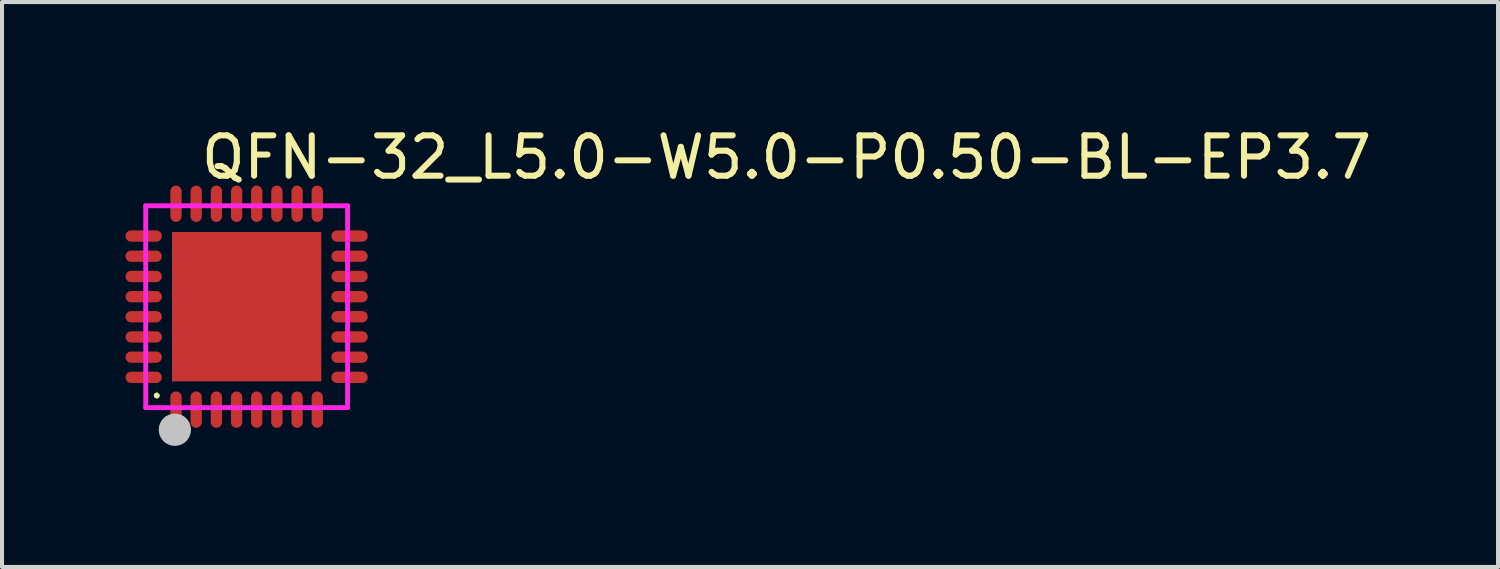
<source format=kicad_pcb>
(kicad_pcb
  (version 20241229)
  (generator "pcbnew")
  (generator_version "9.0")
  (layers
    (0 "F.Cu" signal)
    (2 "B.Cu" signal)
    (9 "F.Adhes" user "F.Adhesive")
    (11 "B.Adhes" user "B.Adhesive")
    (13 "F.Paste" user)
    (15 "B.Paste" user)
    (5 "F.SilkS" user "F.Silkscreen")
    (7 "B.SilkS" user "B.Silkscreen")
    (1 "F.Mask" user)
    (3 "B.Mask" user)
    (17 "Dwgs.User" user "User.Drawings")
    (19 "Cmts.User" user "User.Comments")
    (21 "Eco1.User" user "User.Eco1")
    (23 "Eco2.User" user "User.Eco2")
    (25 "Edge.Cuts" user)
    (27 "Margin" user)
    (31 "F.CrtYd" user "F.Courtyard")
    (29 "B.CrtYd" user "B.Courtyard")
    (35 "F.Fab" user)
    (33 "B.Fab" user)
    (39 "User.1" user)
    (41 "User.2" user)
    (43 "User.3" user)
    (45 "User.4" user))
  (footprint "QFN-32_L5.0-W5.0-P0.50-BL-EP3.7"
    (layer "F.Cu")
    (at 3.06 4.548)
    (property "Reference" "QFN-32_L5.0-W5.0-P0.50-BL-EP3.7" (at -1.2 -3.7 0) (layer "F.SilkS") (effects (font (size 1 1) (thickness 0.15)) (justify left)))
    (attr through_hole)
    (fp_arc (start -2.2 2.2) (mid -2.243354 2.21789) (end -2.225495 2.174523) (stroke (width 0.1) (type solid)) (layer "F.SilkS"))
    (fp_poly (pts (xy -1.5 -1.5) (xy 1.5 -1.5) (xy 1.5 1.5) (xy -1.5 1.5)) (stroke (width 0.12) (type solid)) (fill yes) (layer "F.Paste"))
    (fp_poly (pts (xy -2.86 -1.61) (xy -2.888 -1.613) (xy -2.914 -1.621) (xy -2.938 -1.634) (xy -2.959 -1.651) (xy -2.977 -1.672) (xy -2.99 -1.697) (xy -2.998 -1.723) (xy -3 -1.75) (xy -2.998 -1.777) (xy -2.99 -1.804) (xy -2.977 -1.828) (xy -2.959 -1.849) (xy -2.938 -1.867) (xy -2.914 -1.879) (xy -2.888 -1.887) (xy -2.86 -1.89) (xy -2.24 -1.89) (xy -2.213 -1.887) (xy -2.187 -1.879) (xy -2.162 -1.867) (xy -2.141 -1.849) (xy -2.124 -1.828) (xy -2.111 -1.804) (xy -2.103 -1.777) (xy -2.1 -1.75) (xy -2.103 -1.723) (xy -2.111 -1.697) (xy -2.124 -1.672) (xy -2.141 -1.651) (xy -2.162 -1.634) (xy -2.187 -1.621) (xy -2.213 -1.613) (xy -2.24 -1.61)) (stroke (width 0.12) (type solid)) (fill yes) (layer "F.Paste"))
    (fp_poly (pts (xy -2.86 -1.11) (xy -2.888 -1.112) (xy -2.914 -1.12) (xy -2.938 -1.133) (xy -2.959 -1.151) (xy -2.977 -1.172) (xy -2.99 -1.196) (xy -2.998 -1.222) (xy -3 -1.25) (xy -2.998 -1.277) (xy -2.99 -1.303) (xy -2.977 -1.328) (xy -2.959 -1.349) (xy -2.938 -1.366) (xy -2.914 -1.379) (xy -2.888 -1.387) (xy -2.86 -1.39) (xy -2.24 -1.39) (xy -2.213 -1.387) (xy -2.187 -1.379) (xy -2.162 -1.366) (xy -2.141 -1.349) (xy -2.124 -1.328) (xy -2.111 -1.303) (xy -2.103 -1.277) (xy -2.1 -1.25) (xy -2.103 -1.222) (xy -2.111 -1.196) (xy -2.124 -1.172) (xy -2.141 -1.151) (xy -2.162 -1.133) (xy -2.187 -1.12) (xy -2.213 -1.112) (xy -2.24 -1.11)) (stroke (width 0.12) (type solid)) (fill yes) (layer "F.Paste"))
    (fp_poly (pts (xy -2.86 -0.609) (xy -2.888 -0.612) (xy -2.914 -0.62) (xy -2.938 -0.633) (xy -2.959 -0.65) (xy -2.977 -0.672) (xy -2.99 -0.696) (xy -2.998 -0.722) (xy -3 -0.749) (xy -2.998 -0.777) (xy -2.99 -0.803) (xy -2.977 -0.827) (xy -2.959 -0.848) (xy -2.938 -0.866) (xy -2.914 -0.879) (xy -2.888 -0.887) (xy -2.86 -0.889) (xy -2.24 -0.889) (xy -2.213 -0.887) (xy -2.187 -0.879) (xy -2.162 -0.866) (xy -2.141 -0.848) (xy -2.124 -0.827) (xy -2.111 -0.803) (xy -2.103 -0.777) (xy -2.1 -0.749) (xy -2.103 -0.722) (xy -2.111 -0.696) (xy -2.124 -0.672) (xy -2.141 -0.65) (xy -2.162 -0.633) (xy -2.187 -0.62) (xy -2.213 -0.612) (xy -2.24 -0.609)) (stroke (width 0.12) (type solid)) (fill yes) (layer "F.Paste"))
    (fp_poly (pts (xy -2.86 -0.109) (xy -2.888 -0.112) (xy -2.914 -0.12) (xy -2.938 -0.133) (xy -2.959 -0.15) (xy -2.977 -0.171) (xy -2.99 -0.195) (xy -2.998 -0.222) (xy -3 -0.249) (xy -2.998 -0.276) (xy -2.99 -0.303) (xy -2.977 -0.327) (xy -2.959 -0.348) (xy -2.938 -0.365) (xy -2.914 -0.378) (xy -2.888 -0.386) (xy -2.86 -0.389) (xy -2.24 -0.389) (xy -2.213 -0.386) (xy -2.187 -0.378) (xy -2.162 -0.365) (xy -2.141 -0.348) (xy -2.124 -0.327) (xy -2.111 -0.303) (xy -2.103 -0.276) (xy -2.1 -0.249) (xy -2.103 -0.222) (xy -2.111 -0.195) (xy -2.124 -0.171) (xy -2.141 -0.15) (xy -2.162 -0.133) (xy -2.187 -0.12) (xy -2.213 -0.112) (xy -2.24 -0.109)) (stroke (width 0.12) (type solid)) (fill yes) (layer "F.Paste"))
    (fp_poly (pts (xy -2.86 0.389) (xy -2.888 0.386) (xy -2.914 0.378) (xy -2.938 0.365) (xy -2.959 0.348) (xy -2.977 0.327) (xy -2.99 0.302) (xy -2.998 0.276) (xy -3 0.249) (xy -2.998 0.222) (xy -2.99 0.195) (xy -2.977 0.171) (xy -2.959 0.15) (xy -2.938 0.132) (xy -2.914 0.119) (xy -2.888 0.112) (xy -2.86 0.109) (xy -2.24 0.109) (xy -2.213 0.112) (xy -2.187 0.119) (xy -2.162 0.132) (xy -2.141 0.15) (xy -2.124 0.171) (xy -2.111 0.195) (xy -2.103 0.222) (xy -2.1 0.249) (xy -2.103 0.276) (xy -2.111 0.302) (xy -2.124 0.327) (xy -2.141 0.348) (xy -2.162 0.365) (xy -2.187 0.378) (xy -2.213 0.386) (xy -2.24 0.389)) (stroke (width 0.12) (type solid)) (fill yes) (layer "F.Paste"))
    (fp_poly (pts (xy -2.86 0.889) (xy -2.888 0.887) (xy -2.914 0.879) (xy -2.938 0.866) (xy -2.959 0.848) (xy -2.977 0.827) (xy -2.99 0.803) (xy -2.998 0.777) (xy -3 0.749) (xy -2.998 0.722) (xy -2.99 0.696) (xy -2.977 0.671) (xy -2.959 0.65) (xy -2.938 0.633) (xy -2.914 0.62) (xy -2.888 0.612) (xy -2.86 0.609) (xy -2.24 0.609) (xy -2.213 0.612) (xy -2.187 0.62) (xy -2.162 0.633) (xy -2.141 0.65) (xy -2.124 0.671) (xy -2.111 0.696) (xy -2.103 0.722) (xy -2.1 0.749) (xy -2.103 0.777) (xy -2.111 0.803) (xy -2.124 0.827) (xy -2.141 0.848) (xy -2.162 0.866) (xy -2.187 0.879) (xy -2.213 0.887) (xy -2.24 0.889)) (stroke (width 0.12) (type solid)) (fill yes) (layer "F.Paste"))
    (fp_poly (pts (xy -2.86 1.39) (xy -2.888 1.387) (xy -2.914 1.379) (xy -2.938 1.366) (xy -2.959 1.349) (xy -2.977 1.327) (xy -2.99 1.303) (xy -2.998 1.277) (xy -3 1.25) (xy -2.998 1.222) (xy -2.99 1.196) (xy -2.977 1.172) (xy -2.959 1.151) (xy -2.938 1.133) (xy -2.914 1.12) (xy -2.888 1.112) (xy -2.86 1.11) (xy -2.24 1.11) (xy -2.213 1.112) (xy -2.187 1.12) (xy -2.162 1.133) (xy -2.141 1.151) (xy -2.124 1.172) (xy -2.111 1.196) (xy -2.103 1.222) (xy -2.1 1.25) (xy -2.103 1.277) (xy -2.111 1.303) (xy -2.124 1.327) (xy -2.141 1.349) (xy -2.162 1.366) (xy -2.187 1.379) (xy -2.213 1.387) (xy -2.24 1.39)) (stroke (width 0.12) (type solid)) (fill yes) (layer "F.Paste"))
    (fp_poly (pts (xy -2.86 1.89) (xy -2.888 1.887) (xy -2.914 1.879) (xy -2.938 1.866) (xy -2.959 1.849) (xy -2.977 1.828) (xy -2.99 1.804) (xy -2.998 1.777) (xy -3 1.75) (xy -2.998 1.723) (xy -2.99 1.696) (xy -2.977 1.672) (xy -2.959 1.651) (xy -2.938 1.634) (xy -2.914 1.621) (xy -2.888 1.613) (xy -2.86 1.61) (xy -2.24 1.61) (xy -2.213 1.613) (xy -2.187 1.621) (xy -2.162 1.634) (xy -2.141 1.651) (xy -2.124 1.672) (xy -2.111 1.696) (xy -2.103 1.723) (xy -2.1 1.75) (xy -2.103 1.777) (xy -2.111 1.804) (xy -2.124 1.828) (xy -2.141 1.849) (xy -2.162 1.866) (xy -2.187 1.879) (xy -2.213 1.887) (xy -2.24 1.89)) (stroke (width 0.12) (type solid)) (fill yes) (layer "F.Paste"))
    (fp_poly (pts (xy -1.89 -2.86) (xy -1.887 -2.888) (xy -1.88 -2.914) (xy -1.867 -2.938) (xy -1.849 -2.959) (xy -1.828 -2.977) (xy -1.804 -2.99) (xy -1.777 -2.998) (xy -1.75 -3) (xy -1.723 -2.998) (xy -1.697 -2.99) (xy -1.672 -2.977) (xy -1.651 -2.959) (xy -1.634 -2.938) (xy -1.621 -2.914) (xy -1.613 -2.888) (xy -1.61 -2.86) (xy -1.61 -2.24) (xy -1.613 -2.213) (xy -1.621 -2.187) (xy -1.634 -2.162) (xy -1.651 -2.141) (xy -1.672 -2.124) (xy -1.697 -2.111) (xy -1.723 -2.103) (xy -1.75 -2.1) (xy -1.777 -2.103) (xy -1.804 -2.111) (xy -1.828 -2.124) (xy -1.849 -2.141) (xy -1.867 -2.162) (xy -1.88 -2.187) (xy -1.887 -2.213) (xy -1.89 -2.24)) (stroke (width 0.12) (type solid)) (fill yes) (layer "F.Paste"))
    (fp_poly (pts (xy -1.89 2.24) (xy -1.887 2.213) (xy -1.88 2.187) (xy -1.867 2.162) (xy -1.849 2.141) (xy -1.828 2.124) (xy -1.804 2.111) (xy -1.777 2.103) (xy -1.75 2.1) (xy -1.723 2.103) (xy -1.697 2.111) (xy -1.672 2.124) (xy -1.651 2.141) (xy -1.634 2.162) (xy -1.621 2.187) (xy -1.613 2.213) (xy -1.61 2.24) (xy -1.61 2.86) (xy -1.613 2.887) (xy -1.621 2.914) (xy -1.634 2.938) (xy -1.651 2.959) (xy -1.672 2.976) (xy -1.697 2.989) (xy -1.723 2.997) (xy -1.75 3) (xy -1.777 2.997) (xy -1.804 2.989) (xy -1.828 2.976) (xy -1.849 2.959) (xy -1.867 2.938) (xy -1.88 2.914) (xy -1.887 2.887) (xy -1.89 2.86)) (stroke (width 0.12) (type solid)) (fill yes) (layer "F.Paste"))
    (fp_poly (pts (xy -1.39 -2.86) (xy -1.387 -2.888) (xy -1.379 -2.914) (xy -1.366 -2.938) (xy -1.349 -2.959) (xy -1.328 -2.977) (xy -1.303 -2.99) (xy -1.277 -2.998) (xy -1.25 -3) (xy -1.222 -2.998) (xy -1.196 -2.99) (xy -1.172 -2.977) (xy -1.151 -2.959) (xy -1.133 -2.938) (xy -1.12 -2.914) (xy -1.112 -2.888) (xy -1.11 -2.86) (xy -1.11 -2.24) (xy -1.112 -2.213) (xy -1.12 -2.187) (xy -1.133 -2.162) (xy -1.151 -2.141) (xy -1.172 -2.124) (xy -1.196 -2.111) (xy -1.222 -2.103) (xy -1.25 -2.1) (xy -1.277 -2.103) (xy -1.303 -2.111) (xy -1.328 -2.124) (xy -1.349 -2.141) (xy -1.366 -2.162) (xy -1.379 -2.187) (xy -1.387 -2.213) (xy -1.39 -2.24)) (stroke (width 0.12) (type solid)) (fill yes) (layer "F.Paste"))
    (fp_poly (pts (xy -1.39 2.24) (xy -1.387 2.213) (xy -1.379 2.187) (xy -1.366 2.162) (xy -1.349 2.141) (xy -1.328 2.124) (xy -1.303 2.111) (xy -1.277 2.103) (xy -1.25 2.1) (xy -1.222 2.103) (xy -1.196 2.111) (xy -1.172 2.124) (xy -1.151 2.141) (xy -1.133 2.162) (xy -1.12 2.187) (xy -1.112 2.213) (xy -1.11 2.24) (xy -1.11 2.86) (xy -1.112 2.887) (xy -1.12 2.914) (xy -1.133 2.938) (xy -1.151 2.959) (xy -1.172 2.976) (xy -1.196 2.989) (xy -1.222 2.997) (xy -1.25 3) (xy -1.277 2.997) (xy -1.303 2.989) (xy -1.328 2.976) (xy -1.349 2.959) (xy -1.366 2.938) (xy -1.379 2.914) (xy -1.387 2.887) (xy -1.39 2.86)) (stroke (width 0.12) (type solid)) (fill yes) (layer "F.Paste"))
    (fp_poly (pts (xy -0.889 -2.86) (xy -0.887 -2.888) (xy -0.879 -2.914) (xy -0.866 -2.938) (xy -0.848 -2.959) (xy -0.827 -2.977) (xy -0.803 -2.99) (xy -0.777 -2.998) (xy -0.749 -3) (xy -0.722 -2.998) (xy -0.696 -2.99) (xy -0.672 -2.977) (xy -0.65 -2.959) (xy -0.633 -2.938) (xy -0.62 -2.914) (xy -0.612 -2.888) (xy -0.609 -2.86) (xy -0.609 -2.24) (xy -0.612 -2.213) (xy -0.62 -2.187) (xy -0.633 -2.162) (xy -0.65 -2.141) (xy -0.672 -2.124) (xy -0.696 -2.111) (xy -0.722 -2.103) (xy -0.749 -2.1) (xy -0.777 -2.103) (xy -0.803 -2.111) (xy -0.827 -2.124) (xy -0.848 -2.141) (xy -0.866 -2.162) (xy -0.879 -2.187) (xy -0.887 -2.213) (xy -0.889 -2.24)) (stroke (width 0.12) (type solid)) (fill yes) (layer "F.Paste"))
    (fp_poly (pts (xy -0.889 2.24) (xy -0.887 2.213) (xy -0.879 2.187) (xy -0.866 2.162) (xy -0.848 2.141) (xy -0.827 2.124) (xy -0.803 2.111) (xy -0.777 2.103) (xy -0.749 2.1) (xy -0.722 2.103) (xy -0.696 2.111) (xy -0.672 2.124) (xy -0.65 2.141) (xy -0.633 2.162) (xy -0.62 2.187) (xy -0.612 2.213) (xy -0.609 2.24) (xy -0.609 2.86) (xy -0.612 2.887) (xy -0.62 2.914) (xy -0.633 2.938) (xy -0.65 2.959) (xy -0.672 2.976) (xy -0.696 2.989) (xy -0.722 2.997) (xy -0.749 3) (xy -0.777 2.997) (xy -0.803 2.989) (xy -0.827 2.976) (xy -0.848 2.959) (xy -0.866 2.938) (xy -0.879 2.914) (xy -0.887 2.887) (xy -0.889 2.86)) (stroke (width 0.12) (type solid)) (fill yes) (layer "F.Paste"))
    (fp_poly (pts (xy -0.389 -2.86) (xy -0.386 -2.888) (xy -0.378 -2.914) (xy -0.365 -2.938) (xy -0.348 -2.959) (xy -0.327 -2.977) (xy -0.303 -2.99) (xy -0.276 -2.998) (xy -0.249 -3) (xy -0.222 -2.998) (xy -0.195 -2.99) (xy -0.171 -2.977) (xy -0.15 -2.959) (xy -0.133 -2.938) (xy -0.12 -2.914) (xy -0.112 -2.888) (xy -0.109 -2.86) (xy -0.109 -2.24) (xy -0.112 -2.213) (xy -0.12 -2.187) (xy -0.133 -2.162) (xy -0.15 -2.141) (xy -0.171 -2.124) (xy -0.195 -2.111) (xy -0.222 -2.103) (xy -0.249 -2.1) (xy -0.276 -2.103) (xy -0.303 -2.111) (xy -0.327 -2.124) (xy -0.348 -2.141) (xy -0.365 -2.162) (xy -0.378 -2.187) (xy -0.386 -2.213) (xy -0.389 -2.24)) (stroke (width 0.12) (type solid)) (fill yes) (layer "F.Paste"))
    (fp_poly (pts (xy -0.389 2.24) (xy -0.386 2.213) (xy -0.378 2.187) (xy -0.365 2.162) (xy -0.348 2.141) (xy -0.327 2.124) (xy -0.303 2.111) (xy -0.276 2.103) (xy -0.249 2.1) (xy -0.222 2.103) (xy -0.195 2.111) (xy -0.171 2.124) (xy -0.15 2.141) (xy -0.133 2.162) (xy -0.12 2.187) (xy -0.112 2.213) (xy -0.109 2.24) (xy -0.109 2.86) (xy -0.112 2.887) (xy -0.12 2.914) (xy -0.133 2.938) (xy -0.15 2.959) (xy -0.171 2.976) (xy -0.195 2.989) (xy -0.222 2.997) (xy -0.249 3) (xy -0.276 2.997) (xy -0.303 2.989) (xy -0.327 2.976) (xy -0.348 2.959) (xy -0.365 2.938) (xy -0.378 2.914) (xy -0.386 2.887) (xy -0.389 2.86)) (stroke (width 0.12) (type solid)) (fill yes) (layer "F.Paste"))
    (fp_poly (pts (xy 0.109 -2.86) (xy 0.112 -2.888) (xy 0.119 -2.914) (xy 0.132 -2.938) (xy 0.15 -2.959) (xy 0.171 -2.977) (xy 0.195 -2.99) (xy 0.222 -2.998) (xy 0.249 -3) (xy 0.276 -2.998) (xy 0.302 -2.99) (xy 0.327 -2.977) (xy 0.348 -2.959) (xy 0.365 -2.938) (xy 0.378 -2.914) (xy 0.386 -2.888) (xy 0.389 -2.86) (xy 0.389 -2.24) (xy 0.386 -2.213) (xy 0.378 -2.187) (xy 0.365 -2.162) (xy 0.348 -2.141) (xy 0.327 -2.124) (xy 0.302 -2.111) (xy 0.276 -2.103) (xy 0.249 -2.1) (xy 0.222 -2.103) (xy 0.195 -2.111) (xy 0.171 -2.124) (xy 0.15 -2.141) (xy 0.132 -2.162) (xy 0.119 -2.187) (xy 0.112 -2.213) (xy 0.109 -2.24)) (stroke (width 0.12) (type solid)) (fill yes) (layer "F.Paste"))
    (fp_poly (pts (xy 0.109 2.24) (xy 0.112 2.213) (xy 0.119 2.187) (xy 0.132 2.162) (xy 0.15 2.141) (xy 0.171 2.124) (xy 0.195 2.111) (xy 0.222 2.103) (xy 0.249 2.1) (xy 0.276 2.103) (xy 0.302 2.111) (xy 0.327 2.124) (xy 0.348 2.141) (xy 0.365 2.162) (xy 0.378 2.187) (xy 0.386 2.213) (xy 0.389 2.24) (xy 0.389 2.86) (xy 0.386 2.887) (xy 0.378 2.914) (xy 0.365 2.938) (xy 0.348 2.959) (xy 0.327 2.976) (xy 0.302 2.989) (xy 0.276 2.997) (xy 0.249 3) (xy 0.222 2.997) (xy 0.195 2.989) (xy 0.171 2.976) (xy 0.15 2.959) (xy 0.132 2.938) (xy 0.119 2.914) (xy 0.112 2.887) (xy 0.109 2.86)) (stroke (width 0.12) (type solid)) (fill yes) (layer "F.Paste"))
    (fp_poly (pts (xy 0.609 -2.86) (xy 0.612 -2.888) (xy 0.62 -2.914) (xy 0.633 -2.938) (xy 0.65 -2.959) (xy 0.671 -2.977) (xy 0.696 -2.99) (xy 0.722 -2.998) (xy 0.749 -3) (xy 0.777 -2.998) (xy 0.803 -2.99) (xy 0.827 -2.977) (xy 0.848 -2.959) (xy 0.866 -2.938) (xy 0.879 -2.914) (xy 0.887 -2.888) (xy 0.889 -2.86) (xy 0.889 -2.24) (xy 0.887 -2.213) (xy 0.879 -2.187) (xy 0.866 -2.162) (xy 0.848 -2.141) (xy 0.827 -2.124) (xy 0.803 -2.111) (xy 0.777 -2.103) (xy 0.749 -2.1) (xy 0.722 -2.103) (xy 0.696 -2.111) (xy 0.671 -2.124) (xy 0.65 -2.141) (xy 0.633 -2.162) (xy 0.62 -2.187) (xy 0.612 -2.213) (xy 0.609 -2.24)) (stroke (width 0.12) (type solid)) (fill yes) (layer "F.Paste"))
    (fp_poly (pts (xy 0.609 2.24) (xy 0.612 2.213) (xy 0.62 2.187) (xy 0.633 2.162) (xy 0.65 2.141) (xy 0.671 2.124) (xy 0.696 2.111) (xy 0.722 2.103) (xy 0.749 2.1) (xy 0.777 2.103) (xy 0.803 2.111) (xy 0.827 2.124) (xy 0.848 2.141) (xy 0.866 2.162) (xy 0.879 2.187) (xy 0.887 2.213) (xy 0.889 2.24) (xy 0.889 2.86) (xy 0.887 2.887) (xy 0.879 2.914) (xy 0.866 2.938) (xy 0.848 2.959) (xy 0.827 2.976) (xy 0.803 2.989) (xy 0.777 2.997) (xy 0.749 3) (xy 0.722 2.997) (xy 0.696 2.989) (xy 0.671 2.976) (xy 0.65 2.959) (xy 0.633 2.938) (xy 0.62 2.914) (xy 0.612 2.887) (xy 0.609 2.86)) (stroke (width 0.12) (type solid)) (fill yes) (layer "F.Paste"))
    (fp_poly (pts (xy 1.11 -2.86) (xy 1.112 -2.888) (xy 1.12 -2.914) (xy 1.133 -2.938) (xy 1.151 -2.959) (xy 1.172 -2.977) (xy 1.196 -2.99) (xy 1.222 -2.998) (xy 1.25 -3) (xy 1.277 -2.998) (xy 1.303 -2.99) (xy 1.327 -2.977) (xy 1.349 -2.959) (xy 1.366 -2.938) (xy 1.379 -2.914) (xy 1.387 -2.888) (xy 1.39 -2.86) (xy 1.39 -2.24) (xy 1.387 -2.213) (xy 1.379 -2.187) (xy 1.366 -2.162) (xy 1.349 -2.141) (xy 1.327 -2.124) (xy 1.303 -2.111) (xy 1.277 -2.103) (xy 1.25 -2.1) (xy 1.222 -2.103) (xy 1.196 -2.111) (xy 1.172 -2.124) (xy 1.151 -2.141) (xy 1.133 -2.162) (xy 1.12 -2.187) (xy 1.112 -2.213) (xy 1.11 -2.24)) (stroke (width 0.12) (type solid)) (fill yes) (layer "F.Paste"))
    (fp_poly (pts (xy 1.11 2.24) (xy 1.112 2.213) (xy 1.12 2.187) (xy 1.133 2.162) (xy 1.151 2.141) (xy 1.172 2.124) (xy 1.196 2.111) (xy 1.222 2.103) (xy 1.25 2.1) (xy 1.277 2.103) (xy 1.303 2.111) (xy 1.327 2.124) (xy 1.349 2.141) (xy 1.366 2.162) (xy 1.379 2.187) (xy 1.387 2.213) (xy 1.39 2.24) (xy 1.39 2.86) (xy 1.387 2.887) (xy 1.379 2.914) (xy 1.366 2.938) (xy 1.349 2.959) (xy 1.327 2.976) (xy 1.303 2.989) (xy 1.277 2.997) (xy 1.25 3) (xy 1.222 2.997) (xy 1.196 2.989) (xy 1.172 2.976) (xy 1.151 2.959) (xy 1.133 2.938) (xy 1.12 2.914) (xy 1.112 2.887) (xy 1.11 2.86)) (stroke (width 0.12) (type solid)) (fill yes) (layer "F.Paste"))
    (fp_poly (pts (xy 1.61 -2.86) (xy 1.613 -2.888) (xy 1.621 -2.914) (xy 1.634 -2.938) (xy 1.651 -2.959) (xy 1.672 -2.977) (xy 1.696 -2.99) (xy 1.723 -2.998) (xy 1.75 -3) (xy 1.777 -2.998) (xy 1.804 -2.99) (xy 1.828 -2.977) (xy 1.849 -2.959) (xy 1.866 -2.938) (xy 1.879 -2.914) (xy 1.887 -2.888) (xy 1.89 -2.86) (xy 1.89 -2.24) (xy 1.887 -2.213) (xy 1.879 -2.187) (xy 1.866 -2.162) (xy 1.849 -2.141) (xy 1.828 -2.124) (xy 1.804 -2.111) (xy 1.777 -2.103) (xy 1.75 -2.1) (xy 1.723 -2.103) (xy 1.696 -2.111) (xy 1.672 -2.124) (xy 1.651 -2.141) (xy 1.634 -2.162) (xy 1.621 -2.187) (xy 1.613 -2.213) (xy 1.61 -2.24)) (stroke (width 0.12) (type solid)) (fill yes) (layer "F.Paste"))
    (fp_poly (pts (xy 1.61 2.24) (xy 1.613 2.213) (xy 1.621 2.187) (xy 1.634 2.162) (xy 1.651 2.141) (xy 1.672 2.124) (xy 1.696 2.111) (xy 1.723 2.103) (xy 1.75 2.1) (xy 1.777 2.103) (xy 1.804 2.111) (xy 1.828 2.124) (xy 1.849 2.141) (xy 1.866 2.162) (xy 1.879 2.187) (xy 1.887 2.213) (xy 1.89 2.24) (xy 1.89 2.86) (xy 1.887 2.887) (xy 1.879 2.914) (xy 1.866 2.938) (xy 1.849 2.959) (xy 1.828 2.976) (xy 1.804 2.989) (xy 1.777 2.997) (xy 1.75 3) (xy 1.723 2.997) (xy 1.696 2.989) (xy 1.672 2.976) (xy 1.651 2.959) (xy 1.634 2.938) (xy 1.621 2.914) (xy 1.613 2.887) (xy 1.61 2.86)) (stroke (width 0.12) (type solid)) (fill yes) (layer "F.Paste"))
    (fp_poly (pts (xy 2.24 -1.61) (xy 2.213 -1.613) (xy 2.186 -1.621) (xy 2.162 -1.634) (xy 2.141 -1.651) (xy 2.124 -1.672) (xy 2.111 -1.697) (xy 2.103 -1.723) (xy 2.1 -1.75) (xy 2.103 -1.777) (xy 2.111 -1.804) (xy 2.124 -1.828) (xy 2.141 -1.849) (xy 2.162 -1.867) (xy 2.186 -1.879) (xy 2.213 -1.887) (xy 2.24 -1.89) (xy 2.86 -1.89) (xy 2.887 -1.887) (xy 2.914 -1.879) (xy 2.938 -1.867) (xy 2.959 -1.849) (xy 2.976 -1.828) (xy 2.989 -1.804) (xy 2.997 -1.777) (xy 3 -1.75) (xy 2.997 -1.723) (xy 2.989 -1.697) (xy 2.976 -1.672) (xy 2.959 -1.651) (xy 2.938 -1.634) (xy 2.914 -1.621) (xy 2.887 -1.613) (xy 2.86 -1.61)) (stroke (width 0.12) (type solid)) (fill yes) (layer "F.Paste"))
    (fp_poly (pts (xy 2.24 -1.11) (xy 2.213 -1.112) (xy 2.186 -1.12) (xy 2.162 -1.133) (xy 2.141 -1.151) (xy 2.124 -1.172) (xy 2.111 -1.196) (xy 2.103 -1.222) (xy 2.1 -1.25) (xy 2.103 -1.277) (xy 2.111 -1.303) (xy 2.124 -1.328) (xy 2.141 -1.349) (xy 2.162 -1.366) (xy 2.186 -1.379) (xy 2.213 -1.387) (xy 2.24 -1.39) (xy 2.86 -1.39) (xy 2.887 -1.387) (xy 2.914 -1.379) (xy 2.938 -1.366) (xy 2.959 -1.349) (xy 2.976 -1.328) (xy 2.989 -1.303) (xy 2.997 -1.277) (xy 3 -1.25) (xy 2.997 -1.222) (xy 2.989 -1.196) (xy 2.976 -1.172) (xy 2.959 -1.151) (xy 2.938 -1.133) (xy 2.914 -1.12) (xy 2.887 -1.112) (xy 2.86 -1.11)) (stroke (width 0.12) (type solid)) (fill yes) (layer "F.Paste"))
    (fp_poly (pts (xy 2.24 -0.609) (xy 2.213 -0.612) (xy 2.186 -0.62) (xy 2.162 -0.633) (xy 2.141 -0.65) (xy 2.124 -0.672) (xy 2.111 -0.696) (xy 2.103 -0.722) (xy 2.1 -0.749) (xy 2.103 -0.777) (xy 2.111 -0.803) (xy 2.124 -0.827) (xy 2.141 -0.848) (xy 2.162 -0.866) (xy 2.186 -0.879) (xy 2.213 -0.887) (xy 2.24 -0.889) (xy 2.86 -0.889) (xy 2.887 -0.887) (xy 2.914 -0.879) (xy 2.938 -0.866) (xy 2.959 -0.848) (xy 2.976 -0.827) (xy 2.989 -0.803) (xy 2.997 -0.777) (xy 3 -0.749) (xy 2.997 -0.722) (xy 2.989 -0.696) (xy 2.976 -0.672) (xy 2.959 -0.65) (xy 2.938 -0.633) (xy 2.914 -0.62) (xy 2.887 -0.612) (xy 2.86 -0.609)) (stroke (width 0.12) (type solid)) (fill yes) (layer "F.Paste"))
    (fp_poly (pts (xy 2.24 -0.109) (xy 2.213 -0.112) (xy 2.186 -0.12) (xy 2.162 -0.133) (xy 2.141 -0.15) (xy 2.124 -0.171) (xy 2.111 -0.195) (xy 2.103 -0.222) (xy 2.1 -0.249) (xy 2.103 -0.276) (xy 2.111 -0.303) (xy 2.124 -0.327) (xy 2.141 -0.348) (xy 2.162 -0.365) (xy 2.186 -0.378) (xy 2.213 -0.386) (xy 2.24 -0.389) (xy 2.86 -0.389) (xy 2.887 -0.386) (xy 2.914 -0.378) (xy 2.938 -0.365) (xy 2.959 -0.348) (xy 2.976 -0.327) (xy 2.989 -0.303) (xy 2.997 -0.276) (xy 3 -0.249) (xy 2.997 -0.222) (xy 2.989 -0.195) (xy 2.976 -0.171) (xy 2.959 -0.15) (xy 2.938 -0.133) (xy 2.914 -0.12) (xy 2.887 -0.112) (xy 2.86 -0.109)) (stroke (width 0.12) (type solid)) (fill yes) (layer "F.Paste"))
    (fp_poly (pts (xy 2.24 0.389) (xy 2.213 0.386) (xy 2.186 0.378) (xy 2.162 0.365) (xy 2.141 0.348) (xy 2.124 0.327) (xy 2.111 0.302) (xy 2.103 0.276) (xy 2.1 0.249) (xy 2.103 0.222) (xy 2.111 0.195) (xy 2.124 0.171) (xy 2.141 0.15) (xy 2.162 0.132) (xy 2.186 0.119) (xy 2.213 0.112) (xy 2.24 0.109) (xy 2.86 0.109) (xy 2.887 0.112) (xy 2.914 0.119) (xy 2.938 0.132) (xy 2.959 0.15) (xy 2.976 0.171) (xy 2.989 0.195) (xy 2.997 0.222) (xy 3 0.249) (xy 2.997 0.276) (xy 2.989 0.302) (xy 2.976 0.327) (xy 2.959 0.348) (xy 2.938 0.365) (xy 2.914 0.378) (xy 2.887 0.386) (xy 2.86 0.389)) (stroke (width 0.12) (type solid)) (fill yes) (layer "F.Paste"))
    (fp_poly (pts (xy 2.24 0.889) (xy 2.213 0.887) (xy 2.186 0.879) (xy 2.162 0.866) (xy 2.141 0.848) (xy 2.124 0.827) (xy 2.111 0.803) (xy 2.103 0.777) (xy 2.1 0.749) (xy 2.103 0.722) (xy 2.111 0.696) (xy 2.124 0.671) (xy 2.141 0.65) (xy 2.162 0.633) (xy 2.186 0.62) (xy 2.213 0.612) (xy 2.24 0.609) (xy 2.86 0.609) (xy 2.887 0.612) (xy 2.914 0.62) (xy 2.938 0.633) (xy 2.959 0.65) (xy 2.976 0.671) (xy 2.989 0.696) (xy 2.997 0.722) (xy 3 0.749) (xy 2.997 0.777) (xy 2.989 0.803) (xy 2.976 0.827) (xy 2.959 0.848) (xy 2.938 0.866) (xy 2.914 0.879) (xy 2.887 0.887) (xy 2.86 0.889)) (stroke (width 0.12) (type solid)) (fill yes) (layer "F.Paste"))
    (fp_poly (pts (xy 2.24 1.39) (xy 2.213 1.387) (xy 2.186 1.379) (xy 2.162 1.366) (xy 2.141 1.349) (xy 2.124 1.327) (xy 2.111 1.303) (xy 2.103 1.277) (xy 2.1 1.25) (xy 2.103 1.222) (xy 2.111 1.196) (xy 2.124 1.172) (xy 2.141 1.151) (xy 2.162 1.133) (xy 2.186 1.12) (xy 2.213 1.112) (xy 2.24 1.11) (xy 2.86 1.11) (xy 2.887 1.112) (xy 2.914 1.12) (xy 2.938 1.133) (xy 2.959 1.151) (xy 2.976 1.172) (xy 2.989 1.196) (xy 2.997 1.222) (xy 3 1.25) (xy 2.997 1.277) (xy 2.989 1.303) (xy 2.976 1.327) (xy 2.959 1.349) (xy 2.938 1.366) (xy 2.914 1.379) (xy 2.887 1.387) (xy 2.86 1.39)) (stroke (width 0.12) (type solid)) (fill yes) (layer "F.Paste"))
    (fp_poly (pts (xy 2.24 1.89) (xy 2.213 1.887) (xy 2.186 1.879) (xy 2.162 1.866) (xy 2.141 1.849) (xy 2.124 1.828) (xy 2.111 1.804) (xy 2.103 1.777) (xy 2.1 1.75) (xy 2.103 1.723) (xy 2.111 1.696) (xy 2.124 1.672) (xy 2.141 1.651) (xy 2.162 1.634) (xy 2.186 1.621) (xy 2.213 1.613) (xy 2.24 1.61) (xy 2.86 1.61) (xy 2.887 1.613) (xy 2.914 1.621) (xy 2.938 1.634) (xy 2.959 1.651) (xy 2.976 1.672) (xy 2.989 1.696) (xy 2.997 1.723) (xy 3 1.75) (xy 2.997 1.777) (xy 2.989 1.804) (xy 2.976 1.828) (xy 2.959 1.849) (xy 2.938 1.866) (xy 2.914 1.879) (xy 2.887 1.887) (xy 2.86 1.89)) (stroke (width 0.12) (type solid)) (fill yes) (layer "F.Paste"))
    (fp_circle (center -1.778 3.048) (end -1.578 3.048) (stroke (width 0.4) (type solid)) (fill no) (layer "Dwgs.User"))
    (fp_circle (center -2.503 2.503) (end -2.473 2.503) (stroke (width 0.06) (type solid)) (fill no) (layer "Eco2.User"))
    (fp_poly (pts (xy -2.503 -1.89) (xy -2.1 -1.89) (xy -2.1 -1.61) (xy -2.503 -1.61)) (stroke (width 0.12) (type solid)) (fill no) (layer "Eco2.User"))
    (fp_poly (pts (xy -2.503 -1.39) (xy -2.1 -1.39) (xy -2.1 -1.11) (xy -2.503 -1.11)) (stroke (width 0.12) (type solid)) (fill no) (layer "Eco2.User"))
    (fp_poly (pts (xy -2.503 -0.889) (xy -2.1 -0.889) (xy -2.1 -0.609) (xy -2.503 -0.609)) (stroke (width 0.12) (type solid)) (fill no) (layer "Eco2.User"))
    (fp_poly (pts (xy -2.503 -0.389) (xy -2.1 -0.389) (xy -2.1 -0.109) (xy -2.503 -0.109)) (stroke (width 0.12) (type solid)) (fill no) (layer "Eco2.User"))
    (fp_poly (pts (xy -2.1 0.389) (xy -2.503 0.389) (xy -2.503 0.109) (xy -2.1 0.109)) (stroke (width 0.12) (type solid)) (fill no) (layer "Eco2.User"))
    (fp_poly (pts (xy -2.1 0.889) (xy -2.503 0.889) (xy -2.503 0.609) (xy -2.1 0.609)) (stroke (width 0.12) (type solid)) (fill no) (layer "Eco2.User"))
    (fp_poly (pts (xy -2.1 1.39) (xy -2.503 1.39) (xy -2.503 1.11) (xy -2.1 1.11)) (stroke (width 0.12) (type solid)) (fill no) (layer "Eco2.User"))
    (fp_poly (pts (xy -2.1 1.89) (xy -2.503 1.89) (xy -2.503 1.61) (xy -2.1 1.61)) (stroke (width 0.12) (type solid)) (fill no) (layer "Eco2.User"))
    (fp_poly (pts (xy -1.89 -2.1) (xy -1.89 -2.503) (xy -1.61 -2.503) (xy -1.61 -2.1)) (stroke (width 0.12) (type solid)) (fill no) (layer "Eco2.User"))
    (fp_poly (pts (xy -1.89 2.503) (xy -1.89 2.1) (xy -1.61 2.1) (xy -1.61 2.503)) (stroke (width 0.12) (type solid)) (fill no) (layer "Eco2.User"))
    (fp_poly (pts (xy -1.85 -1.85) (xy 1.85 -1.85) (xy 1.85 1.85) (xy -1.85 1.85)) (stroke (width 0.12) (type solid)) (fill no) (layer "Eco2.User"))
    (fp_poly (pts (xy -1.39 -2.1) (xy -1.39 -2.503) (xy -1.11 -2.503) (xy -1.11 -2.1)) (stroke (width 0.12) (type solid)) (fill no) (layer "Eco2.User"))
    (fp_poly (pts (xy -1.39 2.503) (xy -1.39 2.1) (xy -1.11 2.1) (xy -1.11 2.503)) (stroke (width 0.12) (type solid)) (fill no) (layer "Eco2.User"))
    (fp_poly (pts (xy -0.889 -2.1) (xy -0.889 -2.503) (xy -0.609 -2.503) (xy -0.609 -2.1)) (stroke (width 0.12) (type solid)) (fill no) (layer "Eco2.User"))
    (fp_poly (pts (xy -0.889 2.503) (xy -0.889 2.1) (xy -0.609 2.1) (xy -0.609 2.503)) (stroke (width 0.12) (type solid)) (fill no) (layer "Eco2.User"))
    (fp_poly (pts (xy -0.389 -2.1) (xy -0.389 -2.503) (xy -0.109 -2.503) (xy -0.109 -2.1)) (stroke (width 0.12) (type solid)) (fill no) (layer "Eco2.User"))
    (fp_poly (pts (xy -0.389 2.503) (xy -0.389 2.1) (xy -0.109 2.1) (xy -0.109 2.503)) (stroke (width 0.12) (type solid)) (fill no) (layer "Eco2.User"))
    (fp_poly (pts (xy 0.389 -2.503) (xy 0.389 -2.1) (xy 0.109 -2.1) (xy 0.109 -2.503)) (stroke (width 0.12) (type solid)) (fill no) (layer "Eco2.User"))
    (fp_poly (pts (xy 0.389 2.1) (xy 0.389 2.503) (xy 0.109 2.503) (xy 0.109 2.1)) (stroke (width 0.12) (type solid)) (fill no) (layer "Eco2.User"))
    (fp_poly (pts (xy 0.889 -2.503) (xy 0.889 -2.1) (xy 0.609 -2.1) (xy 0.609 -2.503)) (stroke (width 0.12) (type solid)) (fill no) (layer "Eco2.User"))
    (fp_poly (pts (xy 0.889 2.1) (xy 0.889 2.503) (xy 0.609 2.503) (xy 0.609 2.1)) (stroke (width 0.12) (type solid)) (fill no) (layer "Eco2.User"))
    (fp_poly (pts (xy 1.39 -2.503) (xy 1.39 -2.1) (xy 1.11 -2.1) (xy 1.11 -2.503)) (stroke (width 0.12) (type solid)) (fill no) (layer "Eco2.User"))
    (fp_poly (pts (xy 1.39 2.1) (xy 1.39 2.503) (xy 1.11 2.503) (xy 1.11 2.1)) (stroke (width 0.12) (type solid)) (fill no) (layer "Eco2.User"))
    (fp_poly (pts (xy 1.89 -2.503) (xy 1.89 -2.1) (xy 1.61 -2.1) (xy 1.61 -2.503)) (stroke (width 0.12) (type solid)) (fill no) (layer "Eco2.User"))
    (fp_poly (pts (xy 1.89 2.1) (xy 1.89 2.503) (xy 1.61 2.503) (xy 1.61 2.1)) (stroke (width 0.12) (type solid)) (fill no) (layer "Eco2.User"))
    (fp_poly (pts (xy 2.1 -1.89) (xy 2.503 -1.89) (xy 2.503 -1.61) (xy 2.1 -1.61)) (stroke (width 0.12) (type solid)) (fill no) (layer "Eco2.User"))
    (fp_poly (pts (xy 2.1 -1.39) (xy 2.503 -1.39) (xy 2.503 -1.11) (xy 2.1 -1.11)) (stroke (width 0.12) (type solid)) (fill no) (layer "Eco2.User"))
    (fp_poly (pts (xy 2.1 -0.889) (xy 2.503 -0.889) (xy 2.503 -0.609) (xy 2.1 -0.609)) (stroke (width 0.12) (type solid)) (fill no) (layer "Eco2.User"))
    (fp_poly (pts (xy 2.1 -0.389) (xy 2.503 -0.389) (xy 2.503 -0.109) (xy 2.1 -0.109)) (stroke (width 0.12) (type solid)) (fill no) (layer "Eco2.User"))
    (fp_poly (pts (xy 2.503 0.389) (xy 2.1 0.389) (xy 2.1 0.109) (xy 2.503 0.109)) (stroke (width 0.12) (type solid)) (fill no) (layer "Eco2.User"))
    (fp_poly (pts (xy 2.503 0.889) (xy 2.1 0.889) (xy 2.1 0.609) (xy 2.503 0.609)) (stroke (width 0.12) (type solid)) (fill no) (layer "Eco2.User"))
    (fp_poly (pts (xy 2.503 1.39) (xy 2.1 1.39) (xy 2.1 1.11) (xy 2.503 1.11)) (stroke (width 0.12) (type solid)) (fill no) (layer "Eco2.User"))
    (fp_poly (pts (xy 2.503 1.89) (xy 2.1 1.89) (xy 2.1 1.61) (xy 2.503 1.61)) (stroke (width 0.12) (type solid)) (fill no) (layer "Eco2.User"))
    (fp_line (start -2.5 -2.5) (end 2.5 -2.5) (stroke (width 0.12) (type solid)) (layer "F.CrtYd"))
    (fp_line (start -2.5 2.5) (end -2.5 -2.5) (stroke (width 0.12) (type solid)) (layer "F.CrtYd"))
    (fp_line (start 2.5 -2.5) (end 2.5 2.5) (stroke (width 0.12) (type solid)) (layer "F.CrtYd"))
    (fp_line (start 2.5 2.5) (end -2.5 2.5) (stroke (width 0.12) (type solid)) (layer "F.CrtYd"))
    (pad "1" smd oval (at -1.75 2.55) (size 0.28 0.9) (layers "F.Cu" "F.Mask" "F.Paste"))
    (pad "2" smd oval (at -1.25 2.55) (size 0.28 0.9) (layers "F.Cu" "F.Mask" "F.Paste"))
    (pad "3" smd oval (at -0.749 2.55) (size 0.28 0.9) (layers "F.Cu" "F.Mask" "F.Paste"))
    (pad "4" smd oval (at -0.249 2.55) (size 0.28 0.9) (layers "F.Cu" "F.Mask" "F.Paste"))
    (pad "5" smd oval (at 0.249 2.55) (size 0.28 0.9) (layers "F.Cu" "F.Mask" "F.Paste"))
    (pad "6" smd oval (at 0.749 2.55) (size 0.28 0.9) (layers "F.Cu" "F.Mask" "F.Paste"))
    (pad "7" smd oval (at 1.25 2.55) (size 0.28 0.9) (layers "F.Cu" "F.Mask" "F.Paste"))
    (pad "8" smd oval (at 1.75 2.55) (size 0.28 0.9) (layers "F.Cu" "F.Mask" "F.Paste"))
    (pad "9" smd oval (at 2.55 1.75) (size 0.9 0.28) (layers "F.Cu" "F.Mask" "F.Paste"))
    (pad "10" smd oval (at 2.55 1.25) (size 0.9 0.28) (layers "F.Cu" "F.Mask" "F.Paste"))
    (pad "11" smd oval (at 2.55 0.749) (size 0.9 0.28) (layers "F.Cu" "F.Mask" "F.Paste"))
    (pad "12" smd oval (at 2.55 0.249) (size 0.9 0.28) (layers "F.Cu" "F.Mask" "F.Paste"))
    (pad "13" smd oval (at 2.55 -0.249) (size 0.9 0.28) (layers "F.Cu" "F.Mask" "F.Paste"))
    (pad "14" smd oval (at 2.55 -0.749) (size 0.9 0.28) (layers "F.Cu" "F.Mask" "F.Paste"))
    (pad "15" smd oval (at 2.55 -1.25) (size 0.9 0.28) (layers "F.Cu" "F.Mask" "F.Paste"))
    (pad "16" smd oval (at 2.55 -1.75) (size 0.9 0.28) (layers "F.Cu" "F.Mask" "F.Paste"))
    (pad "17" smd oval (at 1.75 -2.55) (size 0.28 0.9) (layers "F.Cu" "F.Mask" "F.Paste"))
    (pad "18" smd oval (at 1.25 -2.55) (size 0.28 0.9) (layers "F.Cu" "F.Mask" "F.Paste"))
    (pad "19" smd oval (at 0.749 -2.55) (size 0.28 0.9) (layers "F.Cu" "F.Mask" "F.Paste"))
    (pad "20" smd oval (at 0.249 -2.55) (size 0.28 0.9) (layers "F.Cu" "F.Mask" "F.Paste"))
    (pad "21" smd oval (at -0.249 -2.55) (size 0.28 0.9) (layers "F.Cu" "F.Mask" "F.Paste"))
    (pad "22" smd oval (at -0.749 -2.55) (size 0.28 0.9) (layers "F.Cu" "F.Mask" "F.Paste"))
    (pad "23" smd oval (at -1.25 -2.55) (size 0.28 0.9) (layers "F.Cu" "F.Mask" "F.Paste"))
    (pad "24" smd oval (at -1.75 -2.55) (size 0.28 0.9) (layers "F.Cu" "F.Mask" "F.Paste"))
    (pad "25" smd oval (at -2.55 -1.75) (size 0.9 0.28) (layers "F.Cu" "F.Mask" "F.Paste"))
    (pad "26" smd oval (at -2.55 -1.25) (size 0.9 0.28) (layers "F.Cu" "F.Mask" "F.Paste"))
    (pad "27" smd oval (at -2.55 -0.749) (size 0.9 0.28) (layers "F.Cu" "F.Mask" "F.Paste"))
    (pad "28" smd oval (at -2.55 -0.249) (size 0.9 0.28) (layers "F.Cu" "F.Mask" "F.Paste"))
    (pad "29" smd oval (at -2.55 0.249) (size 0.9 0.28) (layers "F.Cu" "F.Mask" "F.Paste"))
    (pad "30" smd oval (at -2.55 0.749) (size 0.9 0.28) (layers "F.Cu" "F.Mask" "F.Paste"))
    (pad "31" smd oval (at -2.55 1.25) (size 0.9 0.28) (layers "F.Cu" "F.Mask" "F.Paste"))
    (pad "32" smd oval (at -2.55 1.75) (size 0.9 0.28) (layers "F.Cu" "F.Mask" "F.Paste"))
    (pad "33" smd rect (at 0 0) (size 3.7 3.7) (layers "F.Cu" "F.Mask" "F.Paste")))
  (gr_rect
    (start -3 -3)
    (end 34.062 10.996)
    (stroke (width 0.1) (type default))
    (fill no)
    (layer "Edge.Cuts")))
</source>
